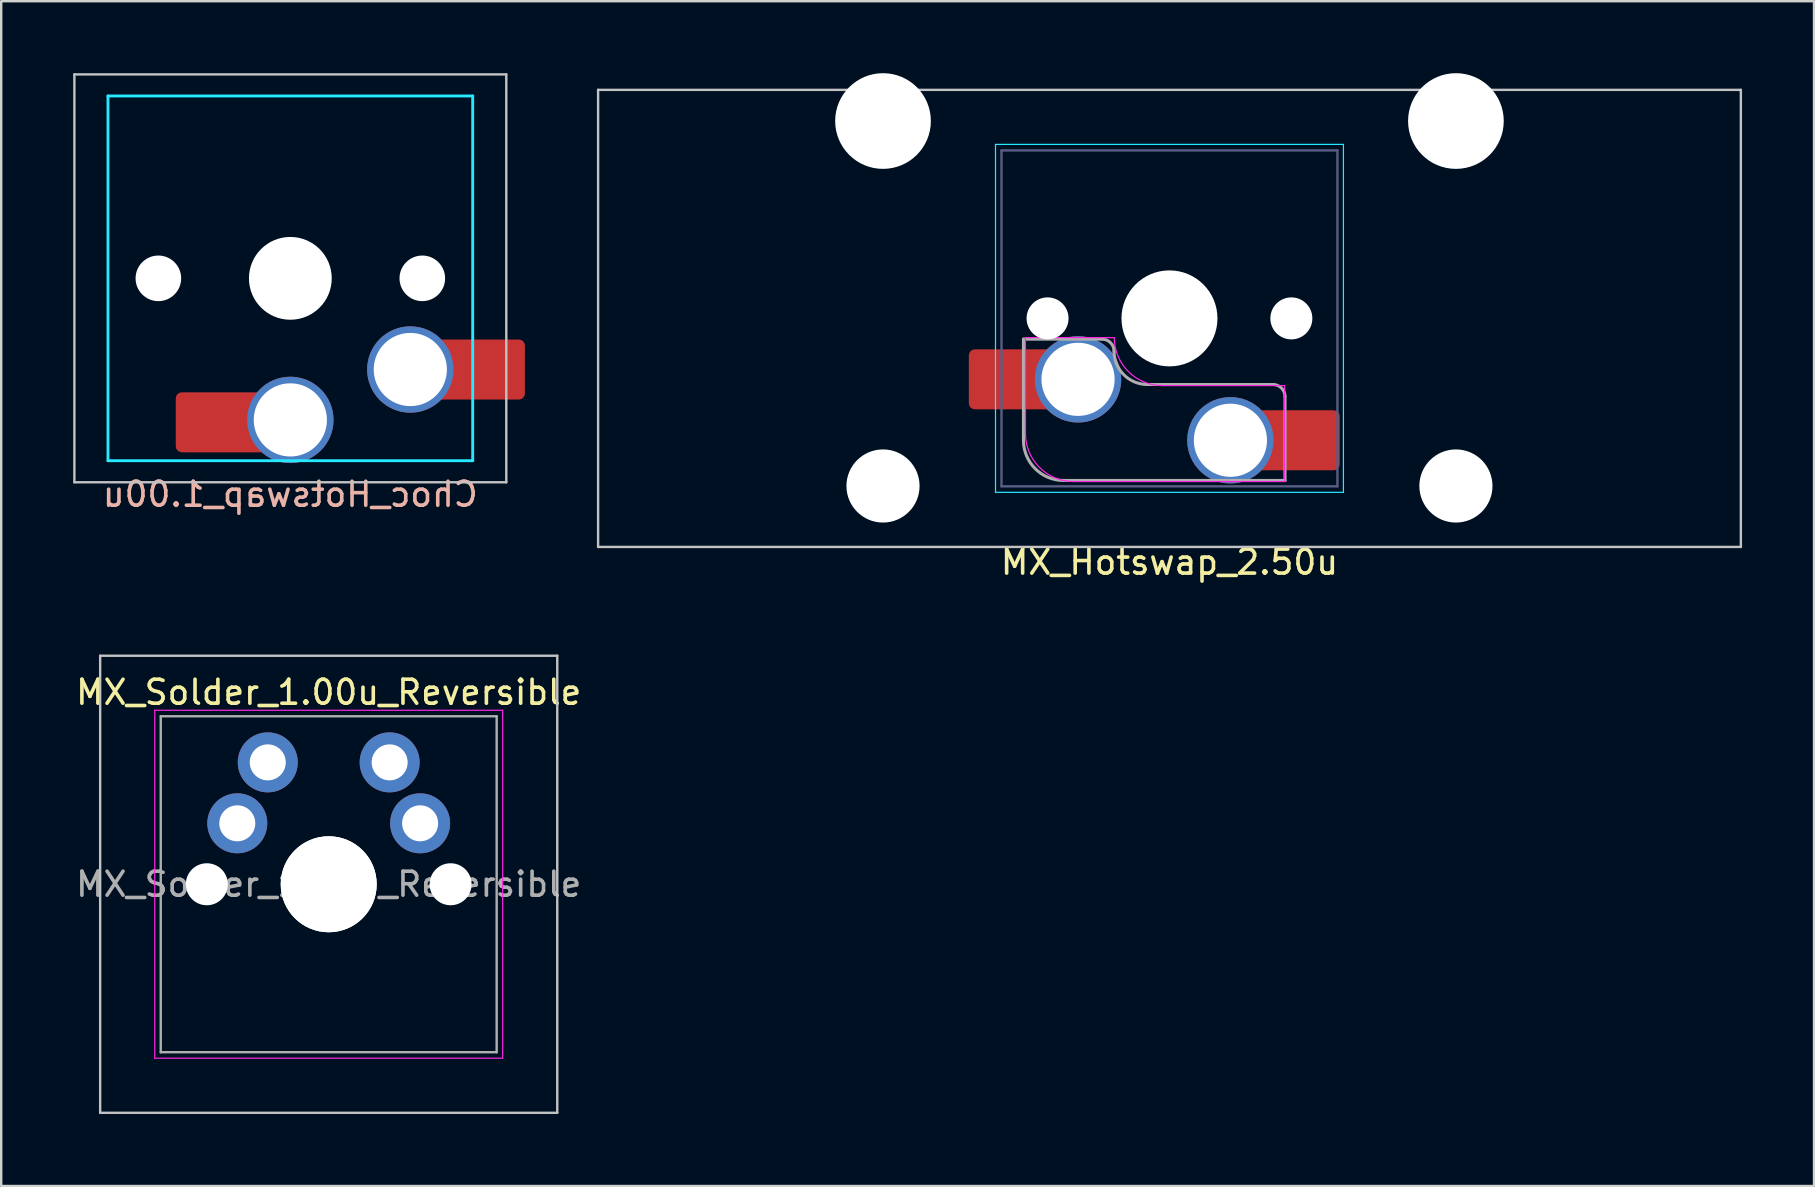
<source format=kicad_pcb>
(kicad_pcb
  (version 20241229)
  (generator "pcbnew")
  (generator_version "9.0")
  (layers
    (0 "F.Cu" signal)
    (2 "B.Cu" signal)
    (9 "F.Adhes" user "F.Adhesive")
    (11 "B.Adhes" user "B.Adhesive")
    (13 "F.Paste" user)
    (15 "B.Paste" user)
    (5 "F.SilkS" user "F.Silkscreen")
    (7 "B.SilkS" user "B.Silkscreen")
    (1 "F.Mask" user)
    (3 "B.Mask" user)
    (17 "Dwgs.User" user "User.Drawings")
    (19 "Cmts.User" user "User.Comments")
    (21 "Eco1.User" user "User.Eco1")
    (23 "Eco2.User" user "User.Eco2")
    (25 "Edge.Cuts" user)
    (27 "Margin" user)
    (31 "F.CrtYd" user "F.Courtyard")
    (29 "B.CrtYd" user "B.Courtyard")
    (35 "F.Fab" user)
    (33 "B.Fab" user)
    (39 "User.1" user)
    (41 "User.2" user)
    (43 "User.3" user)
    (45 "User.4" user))
  (footprint "Choc_Hotswap_1.00u"
    (layer "F.Cu")
    (at 11.55 13.4)
    (property "Reference" "Choc_Hotswap_1.00u" (at -2.5 4.15 180) (layer "B.SilkS") (effects (font (size 1 1) (thickness 0.15)) (justify mirror)))
    (attr smd allow_soldermask_bridges)
    (fp_line (start -11.5 -13.35) (end -11.5 3.65) (stroke (width 0.1) (type solid)) (layer "Dwgs.User"))
    (fp_line (start -11.5 3.65) (end 6.5 3.65) (stroke (width 0.1) (type solid)) (layer "Dwgs.User"))
    (fp_line (start 6.5 -13.35) (end -11.5 -13.35) (stroke (width 0.1) (type solid)) (layer "Dwgs.User"))
    (fp_line (start 6.5 3.65) (end 6.5 -13.35) (stroke (width 0.1) (type solid)) (layer "Dwgs.User"))
    (fp_line (start -10.1 -12.45) (end -10.1 2.75) (stroke (width 0.12) (type solid)) (layer "B.CrtYd"))
    (fp_line (start -10.1 2.75) (end 5.1 2.75) (stroke (width 0.12) (type solid)) (layer "B.CrtYd"))
    (fp_line (start 5.1 -12.45) (end -10.1 -12.45) (stroke (width 0.12) (type solid)) (layer "B.CrtYd"))
    (fp_line (start 5.1 2.75) (end 5.1 -12.45) (stroke (width 0.12) (type solid)) (layer "B.CrtYd"))
    (pad "" np_thru_hole circle (at -8 -4.85 180) (size 1.9 1.9) (drill 1.9) (layers "*.Cu" "*.Mask"))
    (pad "" smd roundrect (at -6 1.15 180) (size 2.55 2.5) (layers "F.Mask" "F.Paste") (roundrect_rratio 0.1))
    (pad "" np_thru_hole circle (at -2.5 -4.85 180) (size 3.45 3.45) (drill 3.45) (layers "*.Cu" "*.Mask"))
    (pad "" np_thru_hole circle (at 3 -4.85 180) (size 1.9 1.9) (drill 1.9) (layers "*.Cu" "*.Mask"))
    (pad "" smd roundrect (at 6 -1.05 180) (size 2.55 2.5) (layers "F.Mask" "F.Paste") (roundrect_rratio 0.1))
    (pad "1" smd roundrect (at -5.35 1.15 180) (size 3.85 2.5) (layers "F.Cu") (roundrect_rratio 0.1))
    (pad "1" thru_hole circle (at -2.5 1.05 180) (size 3.6 3.6) (drill 3.05) (layers "*.Cu" "*.Mask"))
    (pad "2" thru_hole circle (at 2.5 -1.05 180) (size 3.6 3.6) (drill 3.05) (layers "*.Cu" "*.Mask"))
    (pad "2" smd roundrect (at 5.35 -1.05 180) (size 3.85 2.5) (layers "F.Cu") (roundrect_rratio 0.1)))
  (footprint "MX_Hotswap_2.50u"
    (layer "F.Cu")
    (at 45.053 14.029)
    (property "Reference" "MX_Hotswap_2.50u" (at 0.635 6.35 0) (layer "F.SilkS") (effects (font (size 1 1) (thickness 0.15))))
    (attr smd allow_soldermask_bridges)
    (fp_line (start -23.177 -13.335) (end -23.177 5.715) (stroke (width 0.1) (type solid)) (layer "Dwgs.User"))
    (fp_line (start -23.177 5.715) (end 24.448 5.715) (stroke (width 0.1) (type solid)) (layer "Dwgs.User"))
    (fp_line (start 24.448 -13.335) (end -23.177 -13.335) (stroke (width 0.1) (type solid)) (layer "Dwgs.User"))
    (fp_line (start 24.448 5.715) (end 24.448 -13.335) (stroke (width 0.1) (type solid)) (layer "Dwgs.User"))
    (fp_line (start -14.678 -10.58) (end -14.678 1.72) (stroke (width 0.1) (type solid)) (layer "Eco1.User"))
    (fp_line (start -14.678 1.72) (end -7.928 1.72) (stroke (width 0.1) (type solid)) (layer "Eco1.User"))
    (fp_line (start -7.928 -10.58) (end -14.678 -10.58) (stroke (width 0.1) (type solid)) (layer "Eco1.User"))
    (fp_line (start -7.928 1.72) (end -7.928 -10.58) (stroke (width 0.1) (type solid)) (layer "Eco1.User"))
    (fp_line (start 9.198 -10.58) (end 9.198 1.72) (stroke (width 0.1) (type solid)) (layer "Eco1.User"))
    (fp_line (start 9.198 1.72) (end 15.948 1.72) (stroke (width 0.1) (type solid)) (layer "Eco1.User"))
    (fp_line (start 15.948 -10.58) (end 9.198 -10.58) (stroke (width 0.1) (type solid)) (layer "Eco1.User"))
    (fp_line (start 15.948 1.72) (end 15.948 -10.58) (stroke (width 0.1) (type solid)) (layer "Eco1.User"))
    (fp_line (start -6.615 -11.06) (end -6.615 3.44) (stroke (width 0.05) (type solid)) (layer "B.CrtYd"))
    (fp_line (start -6.615 3.44) (end 7.885 3.44) (stroke (width 0.05) (type solid)) (layer "B.CrtYd"))
    (fp_line (start 7.885 -11.06) (end -6.615 -11.06) (stroke (width 0.05) (type solid)) (layer "B.CrtYd"))
    (fp_line (start 7.885 3.44) (end 7.885 -11.06) (stroke (width 0.05) (type solid)) (layer "B.CrtYd"))
    (fp_line (start -5.365 0.99) (end -5.365 -3.01) (stroke (width 0.05) (type solid)) (layer "F.CrtYd"))
    (fp_line (start -1.665 -3.01) (end -5.365 -3.01) (stroke (width 0.05) (type solid)) (layer "F.CrtYd"))
    (fp_line (start 5.435 -1.01) (end 0.335 -1.01) (stroke (width 0.05) (type solid)) (layer "F.CrtYd"))
    (fp_line (start 5.435 -1.01) (end 5.435 2.99) (stroke (width 0.05) (type solid)) (layer "F.CrtYd"))
    (fp_line (start 5.435 2.99) (end -3.365 2.99) (stroke (width 0.05) (type solid)) (layer "F.CrtYd"))
    (fp_arc (start -3.365 2.99) (mid -4.779214 2.404214) (end -5.365 0.99) (stroke (width 0.05) (type solid)) (layer "F.CrtYd"))
    (fp_arc (start 0.335 -1.01) (mid -1.079214 -1.595786) (end -1.665 -3.01) (stroke (width 0.05) (type solid)) (layer "F.CrtYd"))
    (fp_line (start -6.365 -10.81) (end -6.365 3.19) (stroke (width 0.1) (type solid)) (layer "B.Fab"))
    (fp_line (start -6.365 3.19) (end 7.635 3.19) (stroke (width 0.1) (type solid)) (layer "B.Fab"))
    (fp_line (start 7.635 -10.81) (end -6.365 -10.81) (stroke (width 0.1) (type solid)) (layer "B.Fab"))
    (fp_line (start 7.635 3.19) (end 7.635 -10.81) (stroke (width 0.1) (type solid)) (layer "B.Fab"))
    (fp_line (start -5.45 -2.945) (end -2.175 -2.945) (stroke (width 0.127) (type solid)) (layer "F.Fab"))
    (fp_line (start -5.45 1.27) (end -5.45 -2.945) (stroke (width 0.127) (type solid)) (layer "F.Fab"))
    (fp_line (start -0.285 -1.055) (end 4.95 -1.055) (stroke (width 0.127) (type solid)) (layer "F.Fab"))
    (fp_line (start 5.45 -0.555) (end 5.45 2.945) (stroke (width 0.127) (type solid)) (layer "F.Fab"))
    (fp_line (start 5.45 2.945) (end -3.775 2.945) (stroke (width 0.127) (type solid)) (layer "F.Fab"))
    (fp_arc (start -3.775 2.945) (mid -4.959404 2.454404) (end -5.45 1.27) (stroke (width 0.127) (type solid)) (layer "F.Fab"))
    (fp_arc (start -2.175 -2.945) (mid -1.821447 -2.798553) (end -1.675 -2.445) (stroke (width 0.127) (type solid)) (layer "F.Fab"))
    (fp_arc (start -0.285 -1.055) (mid -1.267878 -1.462122) (end -1.675 -2.445) (stroke (width 0.127) (type solid)) (layer "F.Fab"))
    (fp_arc (start 4.95 -1.055) (mid 5.303553 -0.908553) (end 5.45 -0.555) (stroke (width 0.127) (type solid)) (layer "F.Fab"))
    (pad "" np_thru_hole circle (at -11.303 -12.035 180) (size 3.988 3.988) (drill 3.988) (layers "*.Cu" "*.Mask"))
    (pad "" np_thru_hole circle (at -11.303 3.175 180) (size 3.048 3.048) (drill 3.048) (layers "*.Cu" "*.Mask"))
    (pad "" smd roundrect (at -6.45 -1.27 180) (size 2.55 2.5) (layers "F.Mask" "F.Paste") (roundrect_rratio 0.1))
    (pad "" np_thru_hole circle (at -4.445 -3.81 180) (size 1.75 1.75) (drill 1.75) (layers "*.Cu" "*.Mask"))
    (pad "" np_thru_hole circle (at 0.635 -3.81 180) (size 4 4) (drill 4) (layers "*.Cu" "*.Mask"))
    (pad "" np_thru_hole circle (at 5.715 -3.81 180) (size 1.75 1.75) (drill 1.75) (layers "*.Cu" "*.Mask"))
    (pad "" smd roundrect (at 6.477 1.27 180) (size 2.55 2.5) (layers "F.Mask" "F.Paste") (roundrect_rratio 0.1))
    (pad "" np_thru_hole circle (at 12.573 -12.035 180) (size 3.988 3.988) (drill 3.988) (layers "*.Cu" "*.Mask"))
    (pad "" np_thru_hole circle (at 12.573 3.175 180) (size 3.048 3.048) (drill 3.048) (layers "*.Cu" "*.Mask"))
    (pad "1" smd roundrect (at -5.95 -1.27 180) (size 3.55 2.5) (layers "F.Cu") (roundrect_rratio 0.1))
    (pad "1" thru_hole circle (at -3.175 -1.27 180) (size 3.6 3.6) (drill 3.05) (layers "*.Cu" "*.Mask"))
    (pad "2" thru_hole circle (at 3.175 1.27 180) (size 3.6 3.6) (drill 3.05) (layers "*.Cu" "*.Mask"))
    (pad "2" smd roundrect (at 5.955 1.27 180) (size 3.55 2.5) (layers "F.Cu") (roundrect_rratio 0.1)))
  (footprint "MX_Solder_1.00u_Reversible"
    (layer "F.Cu")
    (at 10.649 33.802)
    (property "Reference" "MX_Solder_1.00u_Reversible" (at 0 -8 0) (layer "F.SilkS") (effects (font (size 1 1) (thickness 0.15))))
    (attr through_hole)
    (fp_line (start -9.525 -9.525) (end -9.525 9.525) (stroke (width 0.1) (type solid)) (layer "Dwgs.User"))
    (fp_line (start -9.525 9.525) (end 9.525 9.525) (stroke (width 0.1) (type solid)) (layer "Dwgs.User"))
    (fp_line (start 9.525 -9.525) (end -9.525 -9.525) (stroke (width 0.1) (type solid)) (layer "Dwgs.User"))
    (fp_line (start 9.525 9.525) (end 9.525 -9.525) (stroke (width 0.1) (type solid)) (layer "Dwgs.User"))
    (fp_line (start -7 -7) (end -7 7) (stroke (width 0.1) (type solid)) (layer "Eco1.User"))
    (fp_line (start -7 7) (end 7 7) (stroke (width 0.1) (type solid)) (layer "Eco1.User"))
    (fp_line (start 7 -7) (end -7 -7) (stroke (width 0.1) (type solid)) (layer "Eco1.User"))
    (fp_line (start 7 7) (end 7 -7) (stroke (width 0.1) (type solid)) (layer "Eco1.User"))
    (fp_line (start -7.25 -7.25) (end -7.25 7.25) (stroke (width 0.05) (type solid)) (layer "F.CrtYd"))
    (fp_line (start -7.25 7.25) (end 7.25 7.25) (stroke (width 0.05) (type solid)) (layer "F.CrtYd"))
    (fp_line (start 7.25 -7.25) (end -7.25 -7.25) (stroke (width 0.05) (type solid)) (layer "F.CrtYd"))
    (fp_line (start 7.25 7.25) (end 7.25 -7.25) (stroke (width 0.05) (type solid)) (layer "F.CrtYd"))
    (fp_line (start -7 -7) (end -7 7) (stroke (width 0.1) (type solid)) (layer "F.Fab"))
    (fp_line (start -7 7) (end 7 7) (stroke (width 0.1) (type solid)) (layer "F.Fab"))
    (fp_line (start 7 -7) (end -7 -7) (stroke (width 0.1) (type solid)) (layer "F.Fab"))
    (fp_line (start 7 7) (end 7 -7) (stroke (width 0.1) (type solid)) (layer "F.Fab"))
    (fp_text user "${REFERENCE}" (at 0 0 0) (layer "F.Fab") (effects (font (size 1 1) (thickness 0.15))))
    (pad "" np_thru_hole circle (at -5.08 0) (size 1.75 1.75) (drill 1.75) (layers "*.Cu" "*.Mask"))
    (pad "" np_thru_hole circle (at 0 0) (size 4 4) (drill 4) (layers "*.Cu" "*.Mask"))
    (pad "" np_thru_hole circle (at 0 0) (size 4 4) (drill 4) (layers "*.Cu" "*.Mask"))
    (pad "" np_thru_hole circle (at 5.08 0) (size 1.75 1.75) (drill 1.75) (layers "*.Cu" "*.Mask"))
    (pad "1" thru_hole circle (at -3.81 -2.54) (size 2.5 2.5) (drill 1.5) (layers "*.Cu" "*.Mask"))
    (pad "1" thru_hole circle (at -2.54 -5.08) (size 2.5 2.5) (drill 1.5) (layers "*.Cu" "*.Mask"))
    (pad "2" thru_hole circle (at 2.54 -5.08) (size 2.5 2.5) (drill 1.5) (layers "*.Cu" "*.Mask"))
    (pad "2" thru_hole circle (at 3.81 -2.54) (size 2.5 2.5) (drill 1.5) (layers "*.Cu" "*.Mask")))
  (gr_rect
    (start -3 -3)
    (end 72.55 46.377)
    (stroke (width 0.1) (type default))
    (fill no)
    (layer "Edge.Cuts")))
</source>
